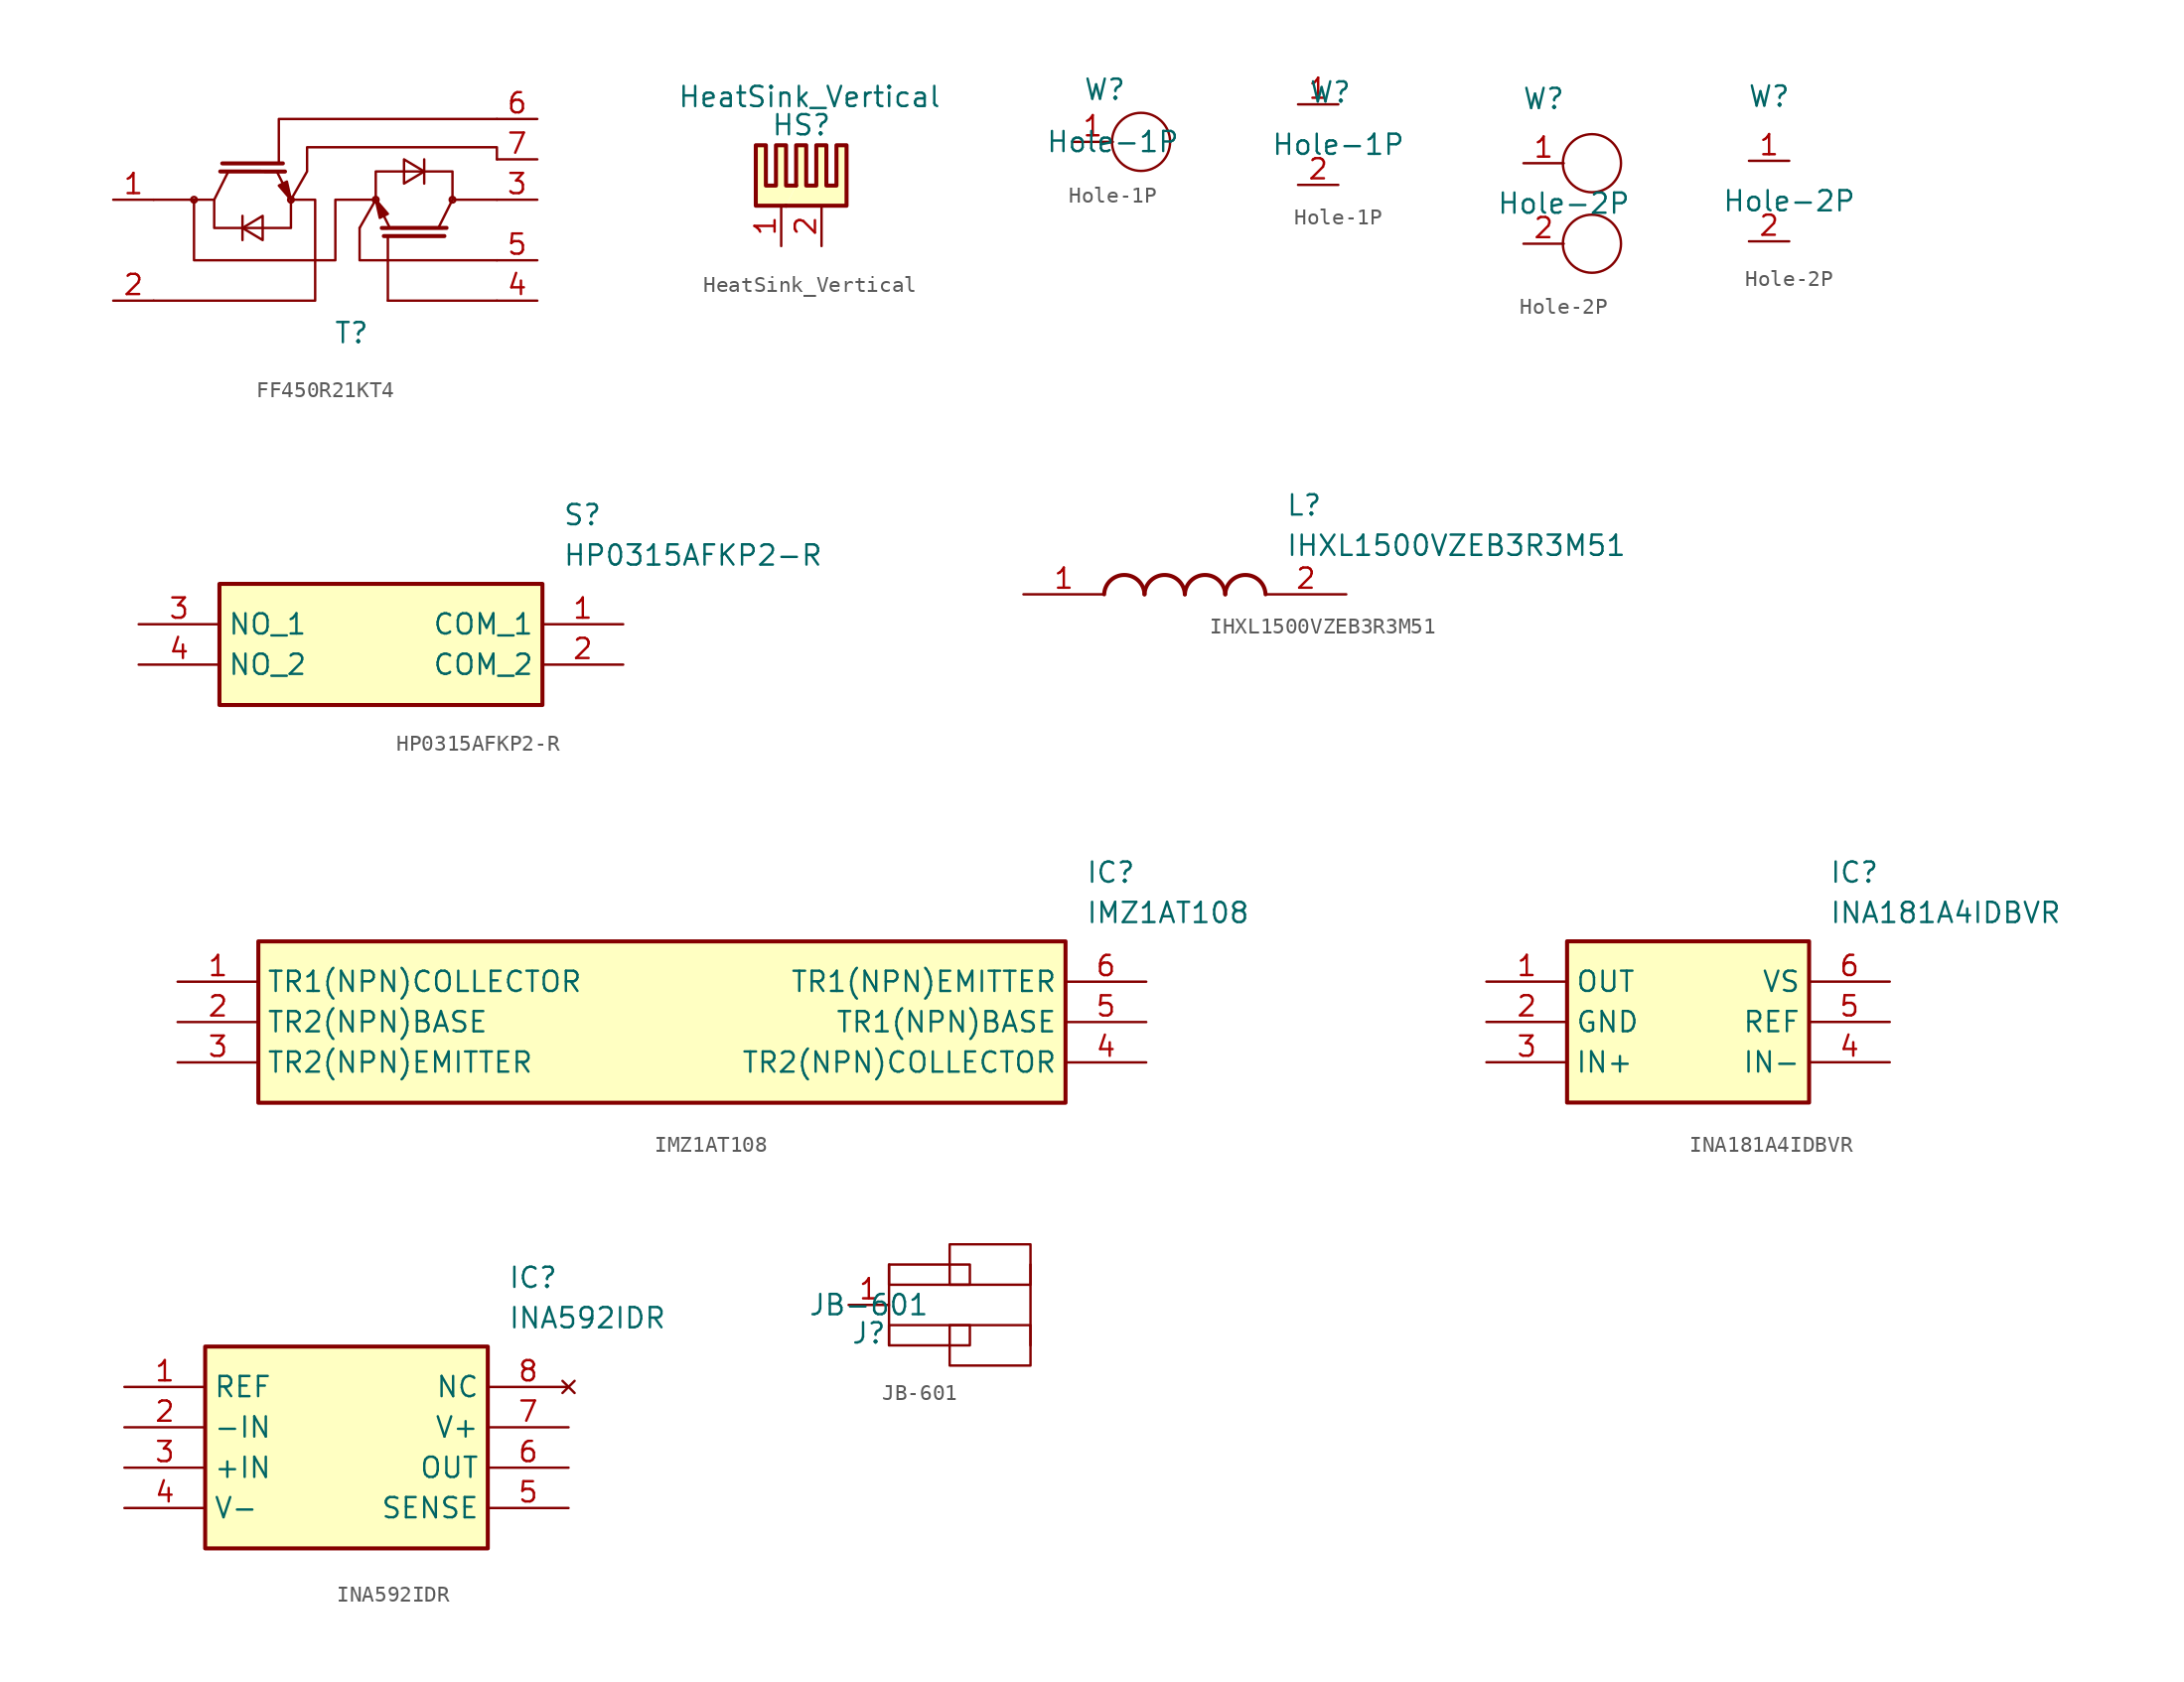
<source format=kicad_sym>
(kicad_symbol_lib
  (version 20241209)
  (generator "kicad_symbol_editor")
  (generator_version "9.0")
  (symbol "FF450R21KT4"
    (property "Reference" "T"
      (at 1.016 -8.382 0)
      (effects (font (size 1.27 1.27))))
    (property "Value" ""
      (at 0 0 0)
      (effects (font (size 1.27 1.27))))
    (symbol "FF450R21KT4_0_1"
      (circle (center -8.89 0) (radius 0.178) (stroke (width 0) (type default)) (fill (type color) (color 0 0 0 0)))
      (polyline (pts (xy -7.62 0) (xy -8.89 0)) (stroke (width 0) (type default)) (fill (type none)))
      (polyline (pts (xy -7.62 0) (xy -6.731 1.778)) (stroke (width 0) (type default)) (fill (type none)))
      (polyline (pts (xy -7.62 0) (xy -7.62 -1.778) (xy -2.794 -1.778) (xy -2.794 0)) (stroke (width 0) (type default)) (fill (type none)))
      (polyline (pts (xy -7.239 1.778) (xy -3.167 1.773)) (stroke (width 0.254) (type default)) (fill (type none)))
      (polyline (pts (xy -7.112 2.286) (xy -3.302 2.286) (xy -3.302 2.286)) (stroke (width 0.254) (type default)) (fill (type none)))
      (polyline (pts (xy -5.842 -1.016) (xy -5.842 -2.54)) (stroke (width 0) (type default)) (fill (type none)))
      (polyline (pts (xy -5.842 -1.778) (xy -4.572 -1.016) (xy -4.572 -2.54) (xy -5.842 -1.778)) (stroke (width 0) (type default)) (fill (type color) (color 0 0 0 0)))
      (polyline (pts (xy -3.556 2.286) (xy -3.556 5.08) (xy 10.16 5.08)) (stroke (width 0) (type default)) (fill (type none)))
      (polyline (pts (xy -3.048 1.143) (xy -3.556 0.889) (xy -2.794 0) (xy -3.048 1.143)) (stroke (width 0) (type default)) (fill (type outline)))
      (circle (center -2.794 0) (radius 0.178) (stroke (width 0) (type default)) (fill (type color) (color 0 0 0 0)))
      (polyline (pts (xy -2.794 0) (xy -3.683 1.778)) (stroke (width 0) (type default)) (fill (type none)))
      (polyline (pts (xy -2.794 0) (xy -1.27 0) (xy -1.27 -6.35) (xy -11.43 -6.35)) (stroke (width 0) (type default)) (fill (type none)))
      (polyline (pts (xy 1.524 -1.778) (xy 1.524 -3.81) (xy 10.16 -3.81)) (stroke (width 0) (type default)) (fill (type none)))
      (polyline (pts (xy 2.54 0) (xy 1.524 -1.778)) (stroke (width 0) (type default)) (fill (type none)))
      (polyline (pts (xy 2.54 0) (xy 3.429 -1.778)) (stroke (width 0) (type default)) (fill (type none)))
      (polyline (pts (xy 2.54 0) (xy 2.54 1.778) (xy 7.366 1.778) (xy 7.366 0)) (stroke (width 0) (type default)) (fill (type none)))
      (polyline (pts (xy 2.54 0) (xy 0 0) (xy 0 -3.81) (xy -8.89 -3.81) (xy -8.89 0) (xy -11.43 0)) (stroke (width 0) (type default)) (fill (type none)))
      (circle (center 2.54 0) (radius 0.178) (stroke (width 0) (type default)) (fill (type color) (color 0 0 0 0)))
      (polyline (pts (xy 2.794 -1.143) (xy 3.302 -0.889) (xy 2.54 0) (xy 2.794 -1.143)) (stroke (width 0) (type default)) (fill (type outline)))
      (polyline (pts (xy 2.921 -1.778) (xy 6.993 -1.773)) (stroke (width 0.254) (type default)) (fill (type none)))
      (polyline (pts (xy 3.048 -2.286) (xy 6.858 -2.286) (xy 6.858 -2.286)) (stroke (width 0.254) (type default)) (fill (type none)))
      (polyline (pts (xy 3.302 -2.286) (xy 3.302 -6.35)) (stroke (width 0) (type default)) (fill (type none)))
      (polyline (pts (xy 3.302 -6.35) (xy 10.16 -6.35)) (stroke (width 0) (type default)) (fill (type none)))
      (polyline (pts (xy 5.588 2.54) (xy 5.588 1.016)) (stroke (width 0) (type default)) (fill (type none)))
      (polyline (pts (xy 5.588 1.778) (xy 4.318 2.54) (xy 4.318 1.016) (xy 5.588 1.778)) (stroke (width 0) (type default)) (fill (type color) (color 0 0 0 0)))
      (polyline (pts (xy 7.366 0) (xy 6.477 -1.778)) (stroke (width 0) (type default)) (fill (type none)))
      (circle (center 7.366 0) (radius 0.178) (stroke (width 0) (type default)) (fill (type color) (color 0 0 0 0)))
      (polyline (pts (xy 10.16 2.54) (xy 10.16 3.302) (xy -1.778 3.302) (xy -1.778 1.778) (xy -2.794 0)) (stroke (width 0) (type default)) (fill (type none)))
      (polyline (pts (xy 10.16 0) (xy 7.366 0)) (stroke (width 0) (type default)) (fill (type none))))
    (symbol "FF450R21KT4_1_1"
      (pin input line (at -13.97 0 0) (length 2.54) (name "" (effects (font (size 1.27 1.27)))) (number "1" (effects (font (size 1.27 1.27)))))
      (pin input line (at -13.97 -6.35 0) (length 2.54) (name "" (effects (font (size 1.27 1.27)))) (number "2" (effects (font (size 1.27 1.27)))))
      (pin input line (at 12.7 5.08 180) (length 2.54) (name "" (effects (font (size 1.27 1.27)))) (number "6" (effects (font (size 1.27 1.27)))))
      (pin output line (at 12.7 2.54 180) (length 2.54) (name "" (effects (font (size 1.27 1.27)))) (number "7" (effects (font (size 1.27 1.27)))))
      (pin output line (at 12.7 0 180) (length 2.54) (name "" (effects (font (size 1.27 1.27)))) (number "3" (effects (font (size 1.27 1.27)))))
      (pin output line (at 12.7 -3.81 180) (length 2.54) (name "" (effects (font (size 1.27 1.27)))) (number "5" (effects (font (size 1.27 1.27)))))
      (pin input line (at 12.7 -6.35 180) (length 2.54) (name "" (effects (font (size 1.27 1.27)))) (number "4" (effects (font (size 1.27 1.27)))))))
  (symbol "HeatSink_Vertical"
    (pin_names
      (offset 1.016))
    (property "Reference" "HS"
      (at 0 5.08 0)
      (effects (font (size 1.27 1.27))))
    (property "Value" "HeatSink_Vertical"
      (at 0.508 6.858 0)
      (effects (font (size 1.27 1.27))))
    (symbol "HeatSink_Vertical_0_1"
      (polyline (pts (xy -0.33 1.27) (xy -0.965 1.27) (xy -0.965 3.81) (xy -1.6 3.81) (xy -1.6 1.27) (xy -2.235 1.27) (xy -2.235 3.81) (xy -2.87 3.81) (xy -2.87 0) (xy -0.965 0)) (stroke (width 0.254) (type default)) (fill (type background)))
      (polyline (pts (xy -0.33 1.27) (xy -0.33 3.81) (xy 0.305 3.81) (xy 0.305 1.27) (xy 0.94 1.27) (xy 0.94 3.81) (xy 1.575 3.81) (xy 1.575 1.27) (xy 2.21 1.27) (xy 2.21 3.81) (xy 2.845 3.81) (xy 2.845 0) (xy -0.965 0)) (stroke (width 0.254) (type default)) (fill (type background))))
    (symbol "HeatSink_Vertical_1_1"
      (pin input line (at -1.27 -2.54 90) (length 2.54) (name "" (effects (font (size 1.27 1.27)))) (number "1" (effects (font (size 1.27 1.27)))))
      (pin input line (at 1.27 -2.54 90) (length 2.54) (name "" (effects (font (size 1.27 1.27)))) (number "2" (effects (font (size 1.27 1.27)))))))
  (symbol "Hole-1P"
    (property "Reference" "W"
      (at -0.508 3.302 0)
      (effects (font (size 1.27 1.27))))
    (property "Value" "Hole-1P"
      (at 0 0 0)
      (effects (font (size 1.27 1.27))))
    (symbol "Hole-1P_0_1"
      (circle (center 1.778 0) (radius 1.832) (stroke (width 0) (type default)) (fill (type none))))
    (symbol "Hole-1P_1_1"
      (pin input line (at -2.54 0 0) (length 2.54) (name "" (effects (font (size 1.27 1.27)))) (number "1" (effects (font (size 1.27 1.27))))))
    (symbol "Hole-1P_1_2"
      (pin input line (at -2.54 2.54 0) (length 2.54) (name "" (effects (font (size 1.27 1.27)))) (number "1" (effects (font (size 1.27 1.27)))))
      (pin input line (at -2.54 -2.54 0) (length 2.54) (name "" (effects (font (size 1.27 1.27)))) (number "2" (effects (font (size 1.27 1.27)))))))
  (symbol "Hole-2P"
    (property "Reference" "W"
      (at -1.27 6.604 0)
      (effects (font (size 1.27 1.27))))
    (property "Value" "Hole-2P"
      (at 0 0 0)
      (effects (font (size 1.27 1.27))))
    (symbol "Hole-2P_0_1"
      (circle (center 1.778 2.54) (radius 1.832) (stroke (width 0) (type default)) (fill (type none)))
      (circle (center 1.778 -2.54) (radius 1.832) (stroke (width 0) (type default)) (fill (type none))))
    (symbol "Hole-2P_1_1"
      (pin input line (at -2.54 2.54 0) (length 2.54) (name "" (effects (font (size 1.27 1.27)))) (number "1" (effects (font (size 1.27 1.27)))))
      (pin input line (at -2.54 -2.54 0) (length 2.54) (name "" (effects (font (size 1.27 1.27)))) (number "2" (effects (font (size 1.27 1.27))))))
    (symbol "Hole-2P_1_2"
      (pin input line (at -2.54 2.54 0) (length 2.54) (name "" (effects (font (size 1.27 1.27)))) (number "1" (effects (font (size 1.27 1.27)))))
      (pin input line (at -2.54 -2.54 0) (length 2.54) (name "" (effects (font (size 1.27 1.27)))) (number "2" (effects (font (size 1.27 1.27)))))))
  (symbol "HP0315AFKP2-R"
    (property "Reference" "S"
      (at 26.67 7.62 0)
      (effects (font (size 1.27 1.27)) (justify left top)))
    (property "Value" "HP0315AFKP2-R"
      (at 26.67 5.08 0)
      (effects (font (size 1.27 1.27)) (justify left top)))
    (symbol "HP0315AFKP2-R_1_1"
      (rectangle (start 5.08 2.54) (end 25.4 -5.08) (stroke (width 0.254) (type default)) (fill (type background)))
      (pin passive line (at 0 0 0) (length 5.08) (name "NO_1" (effects (font (size 1.27 1.27)))) (number "3" (effects (font (size 1.27 1.27)))))
      (pin passive line (at 0 -2.54 0) (length 5.08) (name "NO_2" (effects (font (size 1.27 1.27)))) (number "4" (effects (font (size 1.27 1.27)))))
      (pin passive line (at 30.48 0 180) (length 5.08) (name "COM_1" (effects (font (size 1.27 1.27)))) (number "1" (effects (font (size 1.27 1.27)))))
      (pin passive line (at 30.48 -2.54 180) (length 5.08) (name "COM_2" (effects (font (size 1.27 1.27)))) (number "2" (effects (font (size 1.27 1.27)))))))
  (symbol "IHXL1500VZEB3R3M51"
    (pin_names
      (hide yes))
    (property "Reference" "L"
      (at 16.51 6.35 0)
      (effects (font (size 1.27 1.27)) (justify left top)))
    (property "Value" "IHXL1500VZEB3R3M51"
      (at 16.51 3.81 0)
      (effects (font (size 1.27 1.27)) (justify left top)))
    (symbol "IHXL1500VZEB3R3M51_1_1"
      (arc (start 5.08 0) (mid 6.35 1.219) (end 7.62 0) (stroke (width 0.254) (type default)) (fill (type none)))
      (arc (start 7.62 0) (mid 8.89 1.219) (end 10.16 0) (stroke (width 0.254) (type default)) (fill (type none)))
      (arc (start 10.16 0) (mid 11.43 1.219) (end 12.7 0) (stroke (width 0.254) (type default)) (fill (type none)))
      (arc (start 12.7 0) (mid 13.97 1.219) (end 15.24 0) (stroke (width 0.254) (type default)) (fill (type none)))
      (pin passive line (at 0 0 0) (length 5.08) (name "1" (effects (font (size 1.27 1.27)))) (number "1" (effects (font (size 1.27 1.27)))))
      (pin passive line (at 20.32 0 180) (length 5.08) (name "2" (effects (font (size 1.27 1.27)))) (number "2" (effects (font (size 1.27 1.27)))))))
  (symbol "IMZ1AT108"
    (property "Reference" "IC"
      (at 57.15 7.62 0)
      (effects (font (size 1.27 1.27)) (justify left top)))
    (property "Value" "IMZ1AT108"
      (at 57.15 5.08 0)
      (effects (font (size 1.27 1.27)) (justify left top)))
    (symbol "IMZ1AT108_1_1"
      (rectangle (start 5.08 2.54) (end 55.88 -7.62) (stroke (width 0.254) (type default)) (fill (type background)))
      (pin passive line (at 0 0 0) (length 5.08) (name "TR1(NPN)COLLECTOR" (effects (font (size 1.27 1.27)))) (number "1" (effects (font (size 1.27 1.27)))))
      (pin passive line (at 0 -2.54 0) (length 5.08) (name "TR2(NPN)BASE" (effects (font (size 1.27 1.27)))) (number "2" (effects (font (size 1.27 1.27)))))
      (pin passive line (at 0 -5.08 0) (length 5.08) (name "TR2(NPN)EMITTER" (effects (font (size 1.27 1.27)))) (number "3" (effects (font (size 1.27 1.27)))))
      (pin passive line (at 60.96 0 180) (length 5.08) (name "TR1(NPN)EMITTER" (effects (font (size 1.27 1.27)))) (number "6" (effects (font (size 1.27 1.27)))))
      (pin passive line (at 60.96 -2.54 180) (length 5.08) (name "TR1(NPN)BASE" (effects (font (size 1.27 1.27)))) (number "5" (effects (font (size 1.27 1.27)))))
      (pin passive line (at 60.96 -5.08 180) (length 5.08) (name "TR2(NPN)COLLECTOR" (effects (font (size 1.27 1.27)))) (number "4" (effects (font (size 1.27 1.27)))))))
  (symbol "INA181A4IDBVR"
    (property "Reference" "IC"
      (at 21.59 7.62 0)
      (effects (font (size 1.27 1.27)) (justify left top)))
    (property "Value" "INA181A4IDBVR"
      (at 21.59 5.08 0)
      (effects (font (size 1.27 1.27)) (justify left top)))
    (symbol "INA181A4IDBVR_1_1"
      (rectangle (start 5.08 2.54) (end 20.32 -7.62) (stroke (width 0.254) (type default)) (fill (type background)))
      (pin passive line (at 0 0 0) (length 5.08) (name "OUT" (effects (font (size 1.27 1.27)))) (number "1" (effects (font (size 1.27 1.27)))))
      (pin passive line (at 0 -2.54 0) (length 5.08) (name "GND" (effects (font (size 1.27 1.27)))) (number "2" (effects (font (size 1.27 1.27)))))
      (pin passive line (at 0 -5.08 0) (length 5.08) (name "IN+" (effects (font (size 1.27 1.27)))) (number "3" (effects (font (size 1.27 1.27)))))
      (pin passive line (at 25.4 0 180) (length 5.08) (name "VS" (effects (font (size 1.27 1.27)))) (number "6" (effects (font (size 1.27 1.27)))))
      (pin passive line (at 25.4 -2.54 180) (length 5.08) (name "REF" (effects (font (size 1.27 1.27)))) (number "5" (effects (font (size 1.27 1.27)))))
      (pin passive line (at 25.4 -5.08 180) (length 5.08) (name "IN-" (effects (font (size 1.27 1.27)))) (number "4" (effects (font (size 1.27 1.27)))))))
  (symbol "INA592IDR"
    (property "Reference" "IC"
      (at 24.13 7.62 0)
      (effects (font (size 1.27 1.27)) (justify left top)))
    (property "Value" "INA592IDR"
      (at 24.13 5.08 0)
      (effects (font (size 1.27 1.27)) (justify left top)))
    (symbol "INA592IDR_1_1"
      (rectangle (start 5.08 2.54) (end 22.86 -10.16) (stroke (width 0.254) (type default)) (fill (type background)))
      (pin passive line (at 0 0 0) (length 5.08) (name "REF" (effects (font (size 1.27 1.27)))) (number "1" (effects (font (size 1.27 1.27)))))
      (pin passive line (at 0 -2.54 0) (length 5.08) (name "-IN" (effects (font (size 1.27 1.27)))) (number "2" (effects (font (size 1.27 1.27)))))
      (pin passive line (at 0 -5.08 0) (length 5.08) (name "+IN" (effects (font (size 1.27 1.27)))) (number "3" (effects (font (size 1.27 1.27)))))
      (pin passive line (at 0 -7.62 0) (length 5.08) (name "V-" (effects (font (size 1.27 1.27)))) (number "4" (effects (font (size 1.27 1.27)))))
      (pin no_connect line (at 27.94 0 180) (length 5.08) (name "NC" (effects (font (size 1.27 1.27)))) (number "8" (effects (font (size 1.27 1.27)))))
      (pin passive line (at 27.94 -2.54 180) (length 5.08) (name "V+" (effects (font (size 1.27 1.27)))) (number "7" (effects (font (size 1.27 1.27)))))
      (pin passive line (at 27.94 -5.08 180) (length 5.08) (name "OUT" (effects (font (size 1.27 1.27)))) (number "6" (effects (font (size 1.27 1.27)))))
      (pin passive line (at 27.94 -7.62 180) (length 5.08) (name "SENSE" (effects (font (size 1.27 1.27)))) (number "5" (effects (font (size 1.27 1.27)))))))
  (symbol "JB-601"
    (property "Reference" "J"
      (at 0 -1.778 0)
      (effects (font (size 1.27 1.27))))
    (property "Value" "JB-601"
      (at 0 0 0)
      (effects (font (size 1.27 1.27))))
    (symbol "JB-601_0_1"
      (polyline (pts (xy 1.27 2.54) (xy 1.27 -2.54)) (stroke (width 0) (type default)) (fill (type none)))
      (rectangle (start 1.27 2.54) (end 6.35 1.27) (stroke (width 0) (type default)) (fill (type color) (color 0 0 0 0)))
      (rectangle (start 1.27 -2.54) (end 6.35 -1.27) (stroke (width 0) (type default)) (fill (type color) (color 0 0 0 0)))
      (rectangle (start 5.08 3.81) (end 10.16 1.27) (stroke (width 0) (type default)) (fill (type color) (color 0 0 0 0)))
      (rectangle (start 5.08 -1.27) (end 10.16 -3.81) (stroke (width 0) (type default)) (fill (type color) (color 0 0 0 0)))
      (polyline (pts (xy 10.16 2.54) (xy 10.16 -2.54)) (stroke (width 0) (type default)) (fill (type none))))
    (symbol "JB-601_1_1"
      (pin input line (at -1.27 0 0) (length 2.54) (name "" (effects (font (size 1.27 1.27)))) (number "1" (effects (font (size 1.27 1.27))))))))
</source>
